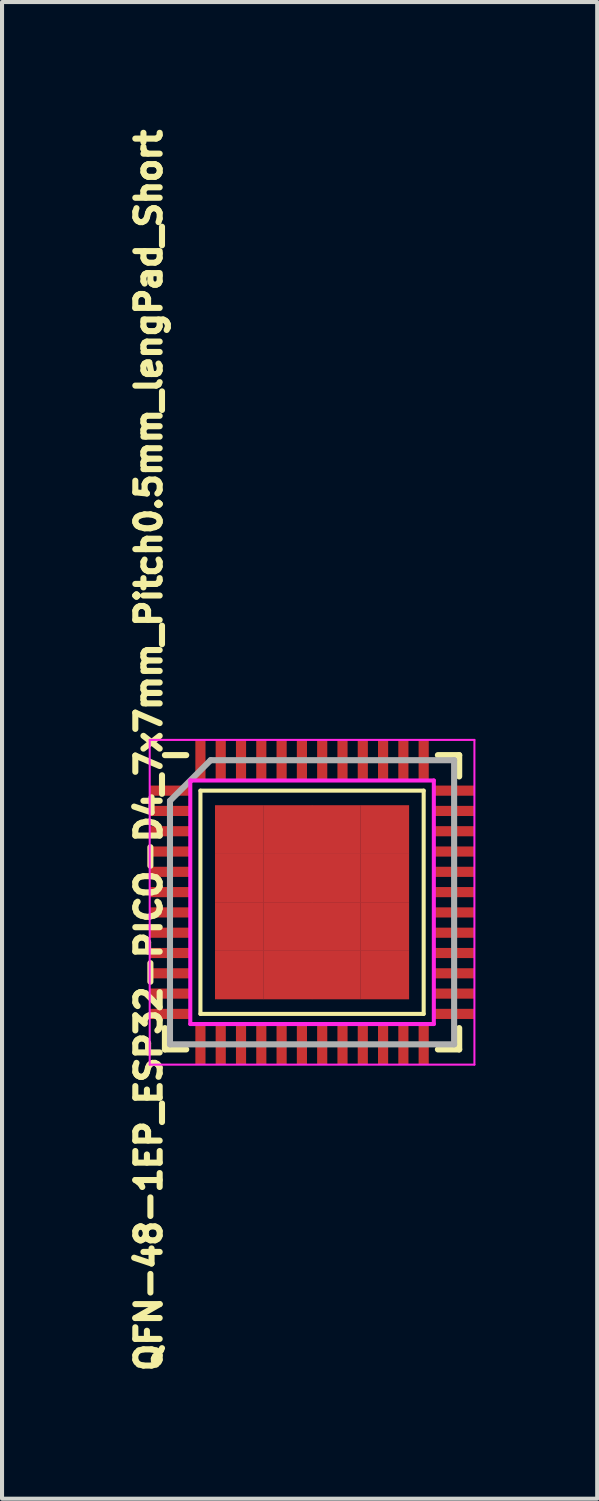
<source format=kicad_pcb>
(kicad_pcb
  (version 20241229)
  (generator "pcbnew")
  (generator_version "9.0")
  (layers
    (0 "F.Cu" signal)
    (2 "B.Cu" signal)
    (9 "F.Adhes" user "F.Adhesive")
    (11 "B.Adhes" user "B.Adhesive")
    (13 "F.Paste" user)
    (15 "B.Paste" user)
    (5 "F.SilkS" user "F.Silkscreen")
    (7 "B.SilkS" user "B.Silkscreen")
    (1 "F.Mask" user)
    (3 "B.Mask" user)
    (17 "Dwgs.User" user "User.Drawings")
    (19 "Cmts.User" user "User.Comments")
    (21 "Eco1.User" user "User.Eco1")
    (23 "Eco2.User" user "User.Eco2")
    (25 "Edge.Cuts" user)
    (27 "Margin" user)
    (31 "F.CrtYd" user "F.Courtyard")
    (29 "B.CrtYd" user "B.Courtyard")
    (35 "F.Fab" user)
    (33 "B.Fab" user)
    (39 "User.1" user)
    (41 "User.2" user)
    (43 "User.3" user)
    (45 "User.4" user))
  (footprint "QFN-48-1EP_ESP32-PICO-D4_7x7mm_Pitch0.5mm_lengPad_Short"
    (layer "F.Cu")
    (at 4.638 19.179)
    (property "Reference" "QFN-48-1EP_ESP32-PICO-D4_7x7mm_Pitch0.5mm_lengPad_Short" (at -4.024 -3.743 90) (layer "F.SilkS") (effects (font (size 0.6 0.6) (thickness 0.15))))
    (attr smd)
    (fp_line (start -3.625 -3.625) (end -3.1 -3.625) (stroke (width 0.15) (type solid)) (layer "F.SilkS"))
    (fp_line (start -3.625 3.625) (end -3.625 3.1) (stroke (width 0.15) (type solid)) (layer "F.SilkS"))
    (fp_line (start -3.625 3.625) (end -3.1 3.625) (stroke (width 0.15) (type solid)) (layer "F.SilkS"))
    (fp_line (start -2.75 -2.75) (end 2.75 -2.75) (stroke (width 0.1) (type solid)) (layer "F.SilkS"))
    (fp_line (start -2.75 2.75) (end -2.75 -2.75) (stroke (width 0.1) (type solid)) (layer "F.SilkS"))
    (fp_line (start -2.75 2.75) (end 2.75 2.75) (stroke (width 0.1) (type solid)) (layer "F.SilkS"))
    (fp_line (start 2.75 2.75) (end 2.75 -2.75) (stroke (width 0.1) (type solid)) (layer "F.SilkS"))
    (fp_line (start 3.625 -3.625) (end 3.1 -3.625) (stroke (width 0.15) (type solid)) (layer "F.SilkS"))
    (fp_line (start 3.625 -3.625) (end 3.625 -3.1) (stroke (width 0.15) (type solid)) (layer "F.SilkS"))
    (fp_line (start 3.625 3.625) (end 3.1 3.625) (stroke (width 0.15) (type solid)) (layer "F.SilkS"))
    (fp_line (start 3.625 3.625) (end 3.625 3.1) (stroke (width 0.15) (type solid)) (layer "F.SilkS"))
    (fp_line (start -4 -4) (end -4 4) (stroke (width 0.05) (type solid)) (layer "F.CrtYd"))
    (fp_line (start -4 -4) (end 4 -4) (stroke (width 0.05) (type solid)) (layer "F.CrtYd"))
    (fp_line (start -4 4) (end 4 4) (stroke (width 0.05) (type solid)) (layer "F.CrtYd"))
    (fp_line (start -3 -3) (end 3 -3) (stroke (width 0.1) (type solid)) (layer "F.CrtYd"))
    (fp_line (start -3 3) (end -3 -3) (stroke (width 0.1) (type solid)) (layer "F.CrtYd"))
    (fp_line (start 3 -3) (end 3 3) (stroke (width 0.1) (type solid)) (layer "F.CrtYd"))
    (fp_line (start 3 3) (end -3 3) (stroke (width 0.1) (type solid)) (layer "F.CrtYd"))
    (fp_line (start 4 -4) (end 4 4) (stroke (width 0.05) (type solid)) (layer "F.CrtYd"))
    (fp_line (start -3.5 -2.5) (end -2.5 -3.5) (stroke (width 0.15) (type solid)) (layer "F.Fab"))
    (fp_line (start -3.5 3.5) (end -3.5 -2.5) (stroke (width 0.15) (type solid)) (layer "F.Fab"))
    (fp_line (start -2.5 -3.5) (end 3.5 -3.5) (stroke (width 0.15) (type solid)) (layer "F.Fab"))
    (fp_line (start 3.5 -3.5) (end 3.5 3.5) (stroke (width 0.15) (type solid)) (layer "F.Fab"))
    (fp_line (start 3.5 3.5) (end -3.5 3.5) (stroke (width 0.15) (type solid)) (layer "F.Fab"))
    (pad "1" smd rect (at -3.5 -2.75) (size 1 0.25) (layers "F.Cu" "F.Mask" "F.Paste"))
    (pad "2" smd rect (at -3.5 -2.25) (size 1 0.25) (layers "F.Cu" "F.Mask" "F.Paste"))
    (pad "3" smd rect (at -3.5 -1.75) (size 1 0.25) (layers "F.Cu" "F.Mask" "F.Paste"))
    (pad "4" smd rect (at -3.5 -1.25) (size 1 0.25) (layers "F.Cu" "F.Mask" "F.Paste"))
    (pad "5" smd rect (at -3.5 -0.75) (size 1 0.25) (layers "F.Cu" "F.Mask" "F.Paste"))
    (pad "6" smd rect (at -3.5 -0.25) (size 1 0.25) (layers "F.Cu" "F.Mask" "F.Paste"))
    (pad "7" smd rect (at -3.5 0.25) (size 1 0.25) (layers "F.Cu" "F.Mask" "F.Paste"))
    (pad "8" smd rect (at -3.5 0.75) (size 1 0.25) (layers "F.Cu" "F.Mask" "F.Paste"))
    (pad "9" smd rect (at -3.5 1.25) (size 1 0.25) (layers "F.Cu" "F.Mask" "F.Paste"))
    (pad "10" smd rect (at -3.5 1.75) (size 1 0.25) (layers "F.Cu" "F.Mask" "F.Paste"))
    (pad "11" smd rect (at -3.5 2.25) (size 1 0.25) (layers "F.Cu" "F.Mask" "F.Paste"))
    (pad "12" smd rect (at -3.5 2.75) (size 1 0.25) (layers "F.Cu" "F.Mask" "F.Paste"))
    (pad "13" smd rect (at -2.75 3.5 90) (size 1 0.25) (layers "F.Cu" "F.Mask" "F.Paste"))
    (pad "14" smd rect (at -2.25 3.5 90) (size 1 0.25) (layers "F.Cu" "F.Mask" "F.Paste"))
    (pad "15" smd rect (at -1.75 3.5 90) (size 1 0.25) (layers "F.Cu" "F.Mask" "F.Paste"))
    (pad "16" smd rect (at -1.25 3.5 90) (size 1 0.25) (layers "F.Cu" "F.Mask" "F.Paste"))
    (pad "17" smd rect (at -0.75 3.5 90) (size 1 0.25) (layers "F.Cu" "F.Mask" "F.Paste"))
    (pad "18" smd rect (at -0.25 3.5 90) (size 1 0.25) (layers "F.Cu" "F.Mask" "F.Paste"))
    (pad "19" smd rect (at 0.25 3.5 90) (size 1 0.25) (layers "F.Cu" "F.Mask" "F.Paste"))
    (pad "20" smd rect (at 0.75 3.5 90) (size 1 0.25) (layers "F.Cu" "F.Mask" "F.Paste"))
    (pad "21" smd rect (at 1.25 3.5 90) (size 1 0.25) (layers "F.Cu" "F.Mask" "F.Paste"))
    (pad "22" smd rect (at 1.75 3.5 90) (size 1 0.25) (layers "F.Cu" "F.Mask" "F.Paste"))
    (pad "23" smd rect (at 2.25 3.5 90) (size 1 0.25) (layers "F.Cu" "F.Mask" "F.Paste"))
    (pad "24" smd rect (at 2.75 3.5 90) (size 1 0.25) (layers "F.Cu" "F.Mask" "F.Paste"))
    (pad "25" smd rect (at 3.5 2.75) (size 1 0.25) (layers "F.Cu" "F.Mask" "F.Paste"))
    (pad "26" smd rect (at 3.5 2.25) (size 1 0.25) (layers "F.Cu" "F.Mask" "F.Paste"))
    (pad "27" smd rect (at 3.5 1.75) (size 1 0.25) (layers "F.Cu" "F.Mask" "F.Paste"))
    (pad "28" smd rect (at 3.5 1.25) (size 1 0.25) (layers "F.Cu" "F.Mask" "F.Paste"))
    (pad "29" smd rect (at 3.5 0.75) (size 1 0.25) (layers "F.Cu" "F.Mask" "F.Paste"))
    (pad "30" smd rect (at 3.5 0.25) (size 1 0.25) (layers "F.Cu" "F.Mask" "F.Paste"))
    (pad "31" smd rect (at 3.5 -0.25) (size 1 0.25) (layers "F.Cu" "F.Mask" "F.Paste"))
    (pad "32" smd rect (at 3.5 -0.75) (size 1 0.25) (layers "F.Cu" "F.Mask" "F.Paste"))
    (pad "33" smd rect (at 3.5 -1.25) (size 1 0.25) (layers "F.Cu" "F.Mask" "F.Paste"))
    (pad "34" smd rect (at 3.5 -1.75) (size 1 0.25) (layers "F.Cu" "F.Mask" "F.Paste"))
    (pad "35" smd rect (at 3.5 -2.25) (size 1 0.25) (layers "F.Cu" "F.Mask" "F.Paste"))
    (pad "36" smd rect (at 3.5 -2.75) (size 1 0.25) (layers "F.Cu" "F.Mask" "F.Paste"))
    (pad "37" smd rect (at 2.75 -3.5 90) (size 1 0.25) (layers "F.Cu" "F.Mask" "F.Paste"))
    (pad "38" smd rect (at 2.25 -3.5 90) (size 1 0.25) (layers "F.Cu" "F.Mask" "F.Paste"))
    (pad "39" smd rect (at 1.75 -3.5 90) (size 1 0.25) (layers "F.Cu" "F.Mask" "F.Paste"))
    (pad "40" smd rect (at 1.25 -3.5 90) (size 1 0.25) (layers "F.Cu" "F.Mask" "F.Paste"))
    (pad "41" smd rect (at 0.75 -3.5 90) (size 1 0.25) (layers "F.Cu" "F.Mask" "F.Paste"))
    (pad "42" smd rect (at 0.25 -3.5 90) (size 1 0.25) (layers "F.Cu" "F.Mask" "F.Paste"))
    (pad "43" smd rect (at -0.25 -3.5 90) (size 1 0.25) (layers "F.Cu" "F.Mask" "F.Paste"))
    (pad "44" smd rect (at -0.75 -3.5 90) (size 1 0.25) (layers "F.Cu" "F.Mask" "F.Paste"))
    (pad "45" smd rect (at -1.25 -3.5 90) (size 1 0.25) (layers "F.Cu" "F.Mask" "F.Paste"))
    (pad "46" smd rect (at -1.75 -3.5 90) (size 1 0.25) (layers "F.Cu" "F.Mask" "F.Paste"))
    (pad "47" smd rect (at -2.25 -3.5 90) (size 1 0.25) (layers "F.Cu" "F.Mask" "F.Paste"))
    (pad "48" smd rect (at -2.75 -3.5 90) (size 1 0.25) (layers "F.Cu" "F.Mask" "F.Paste"))
    (pad "49" smd rect (at -1.791 -1.791) (size 1.2 1.2) (layers "F.Cu" "F.Mask" "F.Paste"))
    (pad "49" smd rect (at -1.791 -0.597) (size 1.2 1.2) (layers "F.Cu" "F.Mask" "F.Paste"))
    (pad "49" smd rect (at -1.791 0.597) (size 1.2 1.2) (layers "F.Cu" "F.Mask" "F.Paste"))
    (pad "49" smd rect (at -1.791 1.791) (size 1.2 1.2) (layers "F.Cu" "F.Mask" "F.Paste"))
    (pad "49" smd rect (at -0.597 -1.791) (size 1.2 1.2) (layers "F.Cu" "F.Mask" "F.Paste"))
    (pad "49" smd rect (at -0.597 -0.597) (size 1.2 1.2) (layers "F.Cu" "F.Mask" "F.Paste"))
    (pad "49" smd rect (at -0.597 0.597) (size 1.2 1.2) (layers "F.Cu" "F.Mask" "F.Paste"))
    (pad "49" smd rect (at -0.597 1.791) (size 1.2 1.2) (layers "F.Cu" "F.Mask" "F.Paste"))
    (pad "49" smd rect (at 0.597 -1.791) (size 1.2 1.2) (layers "F.Cu" "F.Mask" "F.Paste"))
    (pad "49" smd rect (at 0.597 -0.597) (size 1.2 1.2) (layers "F.Cu" "F.Mask" "F.Paste"))
    (pad "49" smd rect (at 0.597 0.597) (size 1.2 1.2) (layers "F.Cu" "F.Mask" "F.Paste"))
    (pad "49" smd rect (at 0.597 1.791) (size 1.2 1.2) (layers "F.Cu" "F.Mask" "F.Paste"))
    (pad "49" smd rect (at 1.791 -1.791) (size 1.2 1.2) (layers "F.Cu" "F.Mask" "F.Paste"))
    (pad "49" smd rect (at 1.791 -0.597) (size 1.2 1.2) (layers "F.Cu" "F.Mask" "F.Paste"))
    (pad "49" smd rect (at 1.791 0.597) (size 1.2 1.2) (layers "F.Cu" "F.Mask" "F.Paste"))
    (pad "49" smd rect (at 1.791 1.791) (size 1.2 1.2) (layers "F.Cu" "F.Mask" "F.Paste")))
  (gr_rect
    (start -3 -3)
    (end 11.663 33.873)
    (stroke (width 0.1) (type default))
    (fill no)
    (layer "Edge.Cuts")))
</source>
